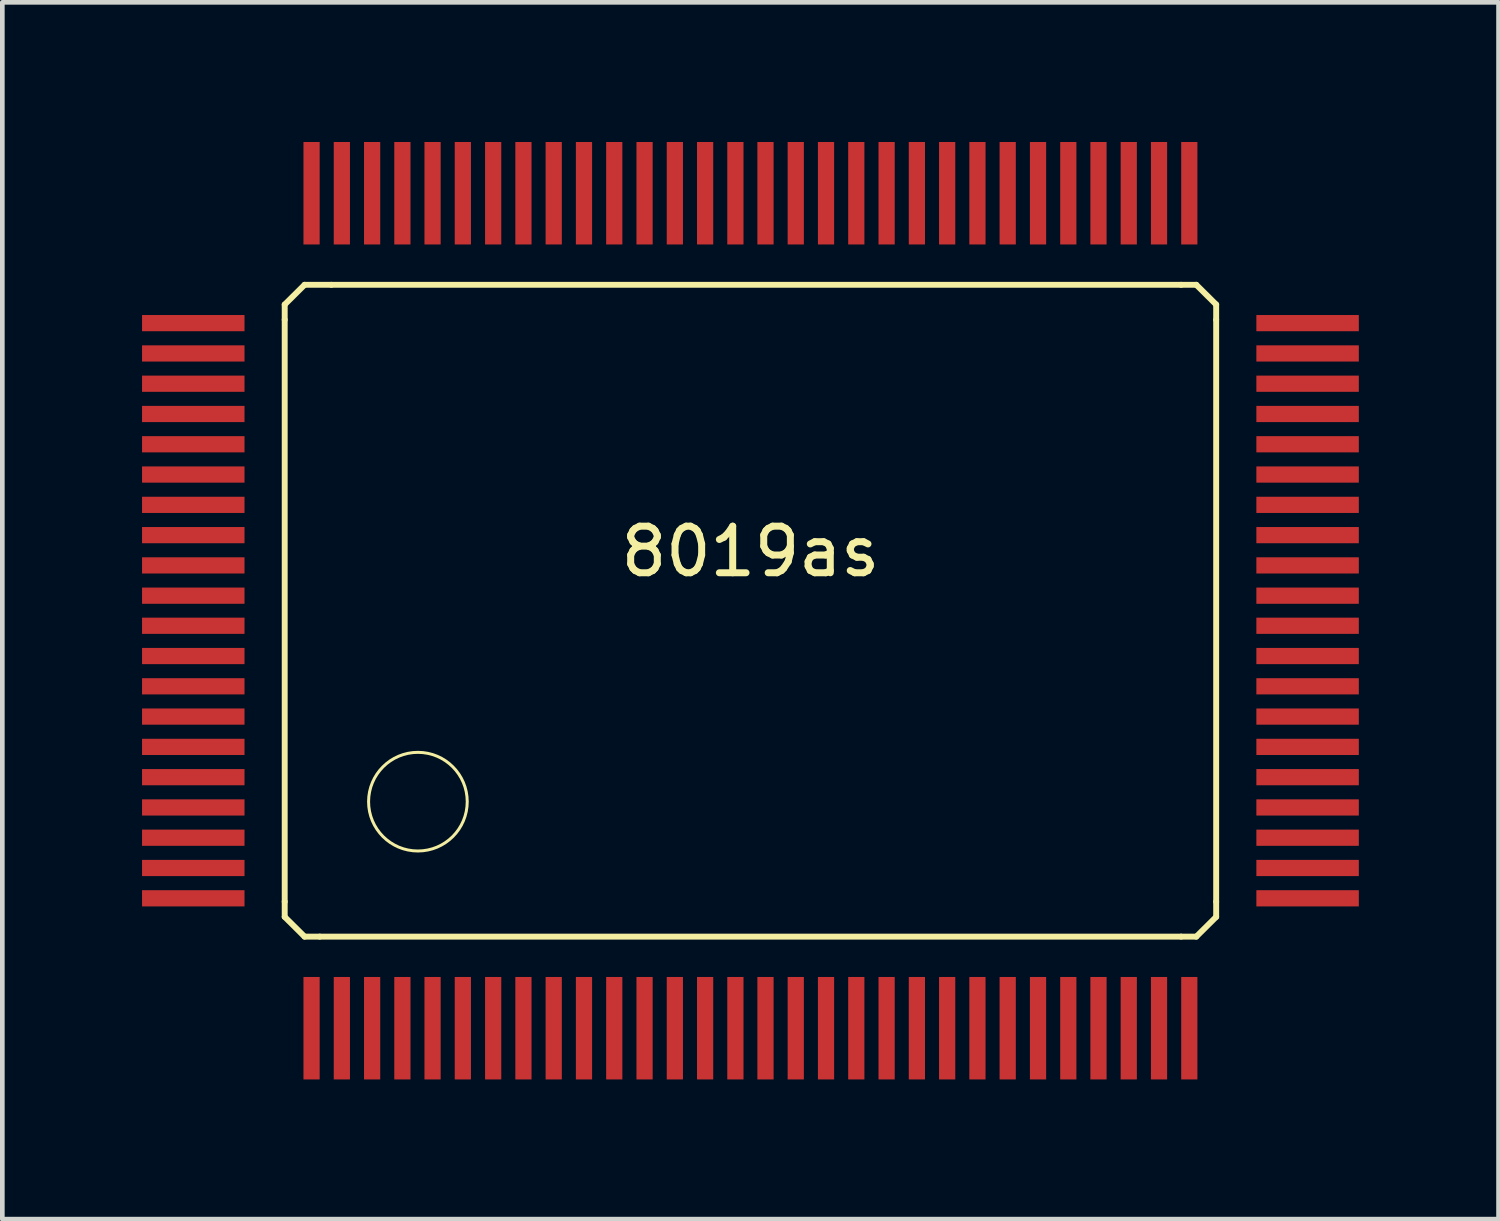
<source format=kicad_pcb>
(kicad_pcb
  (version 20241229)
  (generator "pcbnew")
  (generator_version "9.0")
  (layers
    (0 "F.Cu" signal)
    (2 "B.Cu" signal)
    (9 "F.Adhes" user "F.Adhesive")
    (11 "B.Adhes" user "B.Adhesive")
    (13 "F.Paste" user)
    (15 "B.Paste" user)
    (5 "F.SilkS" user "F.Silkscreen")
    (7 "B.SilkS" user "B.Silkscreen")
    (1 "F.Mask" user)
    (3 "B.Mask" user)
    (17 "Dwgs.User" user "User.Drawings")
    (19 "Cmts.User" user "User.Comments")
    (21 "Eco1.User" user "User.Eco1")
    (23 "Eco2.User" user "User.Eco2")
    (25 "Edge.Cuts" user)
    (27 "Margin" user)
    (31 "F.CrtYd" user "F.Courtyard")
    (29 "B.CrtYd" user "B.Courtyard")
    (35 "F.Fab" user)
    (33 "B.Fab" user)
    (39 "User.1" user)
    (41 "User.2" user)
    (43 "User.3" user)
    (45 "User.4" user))
  (footprint "8019as"
    (layer "F.Cu")
    (at 13.063 10.063)
    (property "Reference" "8019as" (at 0 -1.27 0) (layer "F.SilkS") (effects (font (size 1 1) (thickness 0.15))))
    (attr through_hole)
    (fp_line (start -10 -6.574) (end -9.573 -6.998) (stroke (width 0.127) (type solid)) (layer "F.SilkS"))
    (fp_line (start -10 -6.248) (end -10 -6.574) (stroke (width 0.127) (type solid)) (layer "F.SilkS"))
    (fp_line (start -10 -6.025) (end -10 -6.325) (stroke (width 0.066) (type solid)) (layer "F.SilkS"))
    (fp_line (start -10 -5.375) (end -10 -5.674) (stroke (width 0.066) (type solid)) (layer "F.SilkS"))
    (fp_line (start -10 -4.724) (end -10 -5.024) (stroke (width 0.066) (type solid)) (layer "F.SilkS"))
    (fp_line (start -10 -4.074) (end -10 -4.374) (stroke (width 0.066) (type solid)) (layer "F.SilkS"))
    (fp_line (start -10 -3.424) (end -10 -3.724) (stroke (width 0.066) (type solid)) (layer "F.SilkS"))
    (fp_line (start -10 -2.774) (end -10 -3.073) (stroke (width 0.066) (type solid)) (layer "F.SilkS"))
    (fp_line (start -10 -2.123) (end -10 -2.423) (stroke (width 0.066) (type solid)) (layer "F.SilkS"))
    (fp_line (start -10 -1.473) (end -10 -1.773) (stroke (width 0.066) (type solid)) (layer "F.SilkS"))
    (fp_line (start -10 -0.823) (end -10 -1.123) (stroke (width 0.066) (type solid)) (layer "F.SilkS"))
    (fp_line (start -10 -0.173) (end -10 -0.475) (stroke (width 0.066) (type solid)) (layer "F.SilkS"))
    (fp_line (start -10 0.475) (end -10 0.173) (stroke (width 0.066) (type solid)) (layer "F.SilkS"))
    (fp_line (start -10 1.123) (end -10 0.823) (stroke (width 0.066) (type solid)) (layer "F.SilkS"))
    (fp_line (start -10 1.773) (end -10 1.473) (stroke (width 0.066) (type solid)) (layer "F.SilkS"))
    (fp_line (start -10 2.423) (end -10 2.123) (stroke (width 0.066) (type solid)) (layer "F.SilkS"))
    (fp_line (start -10 3.073) (end -10 2.774) (stroke (width 0.066) (type solid)) (layer "F.SilkS"))
    (fp_line (start -10 3.724) (end -10 3.424) (stroke (width 0.066) (type solid)) (layer "F.SilkS"))
    (fp_line (start -10 4.374) (end -10 4.074) (stroke (width 0.066) (type solid)) (layer "F.SilkS"))
    (fp_line (start -10 5.024) (end -10 4.724) (stroke (width 0.066) (type solid)) (layer "F.SilkS"))
    (fp_line (start -10 5.674) (end -10 5.375) (stroke (width 0.066) (type solid)) (layer "F.SilkS"))
    (fp_line (start -10 6.248) (end -10 -6.248) (stroke (width 0.127) (type solid)) (layer "F.SilkS"))
    (fp_line (start -10 6.325) (end -10 6.025) (stroke (width 0.066) (type solid)) (layer "F.SilkS"))
    (fp_line (start -10 6.574) (end -10 6.248) (stroke (width 0.127) (type solid)) (layer "F.SilkS"))
    (fp_line (start -9.573 -6.998) (end -9.274 -6.998) (stroke (width 0.066) (type solid)) (layer "F.SilkS"))
    (fp_line (start -9.573 -6.998) (end -8.999 -6.998) (stroke (width 0.127) (type solid)) (layer "F.SilkS"))
    (fp_line (start -9.573 6.998) (end -10 6.574) (stroke (width 0.127) (type solid)) (layer "F.SilkS"))
    (fp_line (start -9.573 6.998) (end -9.274 6.998) (stroke (width 0.066) (type solid)) (layer "F.SilkS"))
    (fp_line (start -9.248 6.998) (end -9.573 6.998) (stroke (width 0.127) (type solid)) (layer "F.SilkS"))
    (fp_line (start -8.999 -6.998) (end 9.248 -6.998) (stroke (width 0.127) (type solid)) (layer "F.SilkS"))
    (fp_line (start -8.923 -6.998) (end -8.623 -6.998) (stroke (width 0.066) (type solid)) (layer "F.SilkS"))
    (fp_line (start -8.923 6.998) (end -8.623 6.998) (stroke (width 0.066) (type solid)) (layer "F.SilkS"))
    (fp_line (start -8.273 -6.998) (end -7.973 -6.998) (stroke (width 0.066) (type solid)) (layer "F.SilkS"))
    (fp_line (start -8.273 6.998) (end -7.973 6.998) (stroke (width 0.066) (type solid)) (layer "F.SilkS"))
    (fp_line (start -7.623 -6.998) (end -7.323 -6.998) (stroke (width 0.066) (type solid)) (layer "F.SilkS"))
    (fp_line (start -7.623 6.998) (end -7.323 6.998) (stroke (width 0.066) (type solid)) (layer "F.SilkS"))
    (fp_line (start -6.975 -6.998) (end -6.673 -6.998) (stroke (width 0.066) (type solid)) (layer "F.SilkS"))
    (fp_line (start -6.975 6.998) (end -6.673 6.998) (stroke (width 0.066) (type solid)) (layer "F.SilkS"))
    (fp_line (start -6.325 -6.998) (end -6.025 -6.998) (stroke (width 0.066) (type solid)) (layer "F.SilkS"))
    (fp_line (start -6.325 6.998) (end -6.025 6.998) (stroke (width 0.066) (type solid)) (layer "F.SilkS"))
    (fp_line (start -5.674 -6.998) (end -5.375 -6.998) (stroke (width 0.066) (type solid)) (layer "F.SilkS"))
    (fp_line (start -5.674 6.998) (end -5.375 6.998) (stroke (width 0.066) (type solid)) (layer "F.SilkS"))
    (fp_line (start -5.024 -6.998) (end -4.724 -6.998) (stroke (width 0.066) (type solid)) (layer "F.SilkS"))
    (fp_line (start -5.024 6.998) (end -4.724 6.998) (stroke (width 0.066) (type solid)) (layer "F.SilkS"))
    (fp_line (start -4.374 -6.998) (end -4.074 -6.998) (stroke (width 0.066) (type solid)) (layer "F.SilkS"))
    (fp_line (start -4.374 6.998) (end -4.074 6.998) (stroke (width 0.066) (type solid)) (layer "F.SilkS"))
    (fp_line (start -3.724 -6.998) (end -3.424 -6.998) (stroke (width 0.066) (type solid)) (layer "F.SilkS"))
    (fp_line (start -3.724 6.998) (end -3.424 6.998) (stroke (width 0.066) (type solid)) (layer "F.SilkS"))
    (fp_line (start -3.073 -6.998) (end -2.774 -6.998) (stroke (width 0.066) (type solid)) (layer "F.SilkS"))
    (fp_line (start -3.073 6.998) (end -2.774 6.998) (stroke (width 0.066) (type solid)) (layer "F.SilkS"))
    (fp_line (start -2.423 -6.998) (end -2.123 -6.998) (stroke (width 0.066) (type solid)) (layer "F.SilkS"))
    (fp_line (start -2.423 6.998) (end -2.123 6.998) (stroke (width 0.066) (type solid)) (layer "F.SilkS"))
    (fp_line (start -1.773 -6.998) (end -1.473 -6.998) (stroke (width 0.066) (type solid)) (layer "F.SilkS"))
    (fp_line (start -1.773 6.998) (end -1.473 6.998) (stroke (width 0.066) (type solid)) (layer "F.SilkS"))
    (fp_line (start -1.123 -6.998) (end -0.823 -6.998) (stroke (width 0.066) (type solid)) (layer "F.SilkS"))
    (fp_line (start -1.123 6.998) (end -0.823 6.998) (stroke (width 0.066) (type solid)) (layer "F.SilkS"))
    (fp_line (start -0.475 -6.998) (end -0.173 -6.998) (stroke (width 0.066) (type solid)) (layer "F.SilkS"))
    (fp_line (start -0.475 6.998) (end -0.173 6.998) (stroke (width 0.066) (type solid)) (layer "F.SilkS"))
    (fp_line (start 0.173 -6.998) (end 0.475 -6.998) (stroke (width 0.066) (type solid)) (layer "F.SilkS"))
    (fp_line (start 0.173 6.998) (end 0.475 6.998) (stroke (width 0.066) (type solid)) (layer "F.SilkS"))
    (fp_line (start 0.823 -6.998) (end 1.123 -6.998) (stroke (width 0.066) (type solid)) (layer "F.SilkS"))
    (fp_line (start 0.823 6.998) (end 1.123 6.998) (stroke (width 0.066) (type solid)) (layer "F.SilkS"))
    (fp_line (start 1.473 -6.998) (end 1.773 -6.998) (stroke (width 0.066) (type solid)) (layer "F.SilkS"))
    (fp_line (start 1.473 6.998) (end 1.773 6.998) (stroke (width 0.066) (type solid)) (layer "F.SilkS"))
    (fp_line (start 2.123 -6.998) (end 2.423 -6.998) (stroke (width 0.066) (type solid)) (layer "F.SilkS"))
    (fp_line (start 2.123 6.998) (end 2.423 6.998) (stroke (width 0.066) (type solid)) (layer "F.SilkS"))
    (fp_line (start 2.774 -6.998) (end 3.073 -6.998) (stroke (width 0.066) (type solid)) (layer "F.SilkS"))
    (fp_line (start 2.774 6.998) (end 3.073 6.998) (stroke (width 0.066) (type solid)) (layer "F.SilkS"))
    (fp_line (start 3.424 -6.998) (end 3.724 -6.998) (stroke (width 0.066) (type solid)) (layer "F.SilkS"))
    (fp_line (start 3.424 6.998) (end 3.724 6.998) (stroke (width 0.066) (type solid)) (layer "F.SilkS"))
    (fp_line (start 4.074 -6.998) (end 4.374 -6.998) (stroke (width 0.066) (type solid)) (layer "F.SilkS"))
    (fp_line (start 4.074 6.998) (end 4.374 6.998) (stroke (width 0.066) (type solid)) (layer "F.SilkS"))
    (fp_line (start 4.724 -6.998) (end 5.024 -6.998) (stroke (width 0.066) (type solid)) (layer "F.SilkS"))
    (fp_line (start 4.724 6.998) (end 5.024 6.998) (stroke (width 0.066) (type solid)) (layer "F.SilkS"))
    (fp_line (start 5.375 -6.998) (end 5.674 -6.998) (stroke (width 0.066) (type solid)) (layer "F.SilkS"))
    (fp_line (start 5.375 6.998) (end 5.674 6.998) (stroke (width 0.066) (type solid)) (layer "F.SilkS"))
    (fp_line (start 6.025 -6.998) (end 6.325 -6.998) (stroke (width 0.066) (type solid)) (layer "F.SilkS"))
    (fp_line (start 6.025 6.998) (end 6.325 6.998) (stroke (width 0.066) (type solid)) (layer "F.SilkS"))
    (fp_line (start 6.673 -6.998) (end 6.975 -6.998) (stroke (width 0.066) (type solid)) (layer "F.SilkS"))
    (fp_line (start 6.673 6.998) (end 6.975 6.998) (stroke (width 0.066) (type solid)) (layer "F.SilkS"))
    (fp_line (start 7.323 -6.998) (end 7.623 -6.998) (stroke (width 0.066) (type solid)) (layer "F.SilkS"))
    (fp_line (start 7.323 6.998) (end 7.623 6.998) (stroke (width 0.066) (type solid)) (layer "F.SilkS"))
    (fp_line (start 7.973 -6.998) (end 8.273 -6.998) (stroke (width 0.066) (type solid)) (layer "F.SilkS"))
    (fp_line (start 7.973 6.998) (end 8.273 6.998) (stroke (width 0.066) (type solid)) (layer "F.SilkS"))
    (fp_line (start 8.623 -6.998) (end 8.923 -6.998) (stroke (width 0.066) (type solid)) (layer "F.SilkS"))
    (fp_line (start 8.623 6.998) (end 8.923 6.998) (stroke (width 0.066) (type solid)) (layer "F.SilkS"))
    (fp_line (start 9.248 -6.998) (end 9.573 -6.998) (stroke (width 0.127) (type solid)) (layer "F.SilkS"))
    (fp_line (start 9.248 6.998) (end -9.248 6.998) (stroke (width 0.127) (type solid)) (layer "F.SilkS"))
    (fp_line (start 9.274 -6.998) (end 9.573 -6.998) (stroke (width 0.066) (type solid)) (layer "F.SilkS"))
    (fp_line (start 9.274 6.998) (end 9.573 6.998) (stroke (width 0.066) (type solid)) (layer "F.SilkS"))
    (fp_line (start 9.573 -6.998) (end 10 -6.574) (stroke (width 0.127) (type solid)) (layer "F.SilkS"))
    (fp_line (start 9.573 6.998) (end 9.248 6.998) (stroke (width 0.127) (type solid)) (layer "F.SilkS"))
    (fp_line (start 10 -6.574) (end 10 -6.248) (stroke (width 0.127) (type solid)) (layer "F.SilkS"))
    (fp_line (start 10 -6.248) (end 10 6.248) (stroke (width 0.127) (type solid)) (layer "F.SilkS"))
    (fp_line (start 10 -6.025) (end 10 -6.325) (stroke (width 0.066) (type solid)) (layer "F.SilkS"))
    (fp_line (start 10 -5.375) (end 10 -5.674) (stroke (width 0.066) (type solid)) (layer "F.SilkS"))
    (fp_line (start 10 -4.724) (end 10 -5.024) (stroke (width 0.066) (type solid)) (layer "F.SilkS"))
    (fp_line (start 10 -4.074) (end 10 -4.374) (stroke (width 0.066) (type solid)) (layer "F.SilkS"))
    (fp_line (start 10 -3.424) (end 10 -3.724) (stroke (width 0.066) (type solid)) (layer "F.SilkS"))
    (fp_line (start 10 -2.774) (end 10 -3.073) (stroke (width 0.066) (type solid)) (layer "F.SilkS"))
    (fp_line (start 10 -2.123) (end 10 -2.423) (stroke (width 0.066) (type solid)) (layer "F.SilkS"))
    (fp_line (start 10 -1.473) (end 10 -1.773) (stroke (width 0.066) (type solid)) (layer "F.SilkS"))
    (fp_line (start 10 -0.823) (end 10 -1.123) (stroke (width 0.066) (type solid)) (layer "F.SilkS"))
    (fp_line (start 10 -0.173) (end 10 -0.475) (stroke (width 0.066) (type solid)) (layer "F.SilkS"))
    (fp_line (start 10 0.475) (end 10 0.173) (stroke (width 0.066) (type solid)) (layer "F.SilkS"))
    (fp_line (start 10 1.123) (end 10 0.823) (stroke (width 0.066) (type solid)) (layer "F.SilkS"))
    (fp_line (start 10 1.773) (end 10 1.473) (stroke (width 0.066) (type solid)) (layer "F.SilkS"))
    (fp_line (start 10 2.423) (end 10 2.123) (stroke (width 0.066) (type solid)) (layer "F.SilkS"))
    (fp_line (start 10 3.073) (end 10 2.774) (stroke (width 0.066) (type solid)) (layer "F.SilkS"))
    (fp_line (start 10 3.724) (end 10 3.424) (stroke (width 0.066) (type solid)) (layer "F.SilkS"))
    (fp_line (start 10 4.374) (end 10 4.074) (stroke (width 0.066) (type solid)) (layer "F.SilkS"))
    (fp_line (start 10 5.024) (end 10 4.724) (stroke (width 0.066) (type solid)) (layer "F.SilkS"))
    (fp_line (start 10 5.674) (end 10 5.375) (stroke (width 0.066) (type solid)) (layer "F.SilkS"))
    (fp_line (start 10 6.248) (end 10 6.574) (stroke (width 0.127) (type solid)) (layer "F.SilkS"))
    (fp_line (start 10 6.325) (end 10 6.025) (stroke (width 0.066) (type solid)) (layer "F.SilkS"))
    (fp_line (start 10 6.574) (end 9.573 6.998) (stroke (width 0.127) (type solid)) (layer "F.SilkS"))
    (fp_circle (center -7.14 4.1) (end -7.889 4.849) (stroke (width 0.064) (type solid)) (fill no) (layer "F.SilkS"))
    (pad "1" smd rect (at -9.423 8.964) (size 0.348 2.2) (layers "F.Cu" "F.Mask" "F.Paste"))
    (pad "2" smd rect (at -8.773 8.964) (size 0.348 2.2) (layers "F.Cu" "F.Mask" "F.Paste"))
    (pad "3" smd rect (at -8.123 8.964) (size 0.348 2.2) (layers "F.Cu" "F.Mask" "F.Paste"))
    (pad "4" smd rect (at -7.473 8.964) (size 0.348 2.2) (layers "F.Cu" "F.Mask" "F.Paste"))
    (pad "5" smd rect (at -6.825 8.964) (size 0.348 2.2) (layers "F.Cu" "F.Mask" "F.Paste"))
    (pad "6" smd rect (at -6.175 8.964) (size 0.348 2.2) (layers "F.Cu" "F.Mask" "F.Paste"))
    (pad "7" smd rect (at -5.524 8.964) (size 0.348 2.2) (layers "F.Cu" "F.Mask" "F.Paste"))
    (pad "8" smd rect (at -4.874 8.964) (size 0.348 2.2) (layers "F.Cu" "F.Mask" "F.Paste"))
    (pad "9" smd rect (at -4.224 8.964) (size 0.348 2.2) (layers "F.Cu" "F.Mask" "F.Paste"))
    (pad "10" smd rect (at -3.574 8.964) (size 0.348 2.2) (layers "F.Cu" "F.Mask" "F.Paste"))
    (pad "11" smd rect (at -2.924 8.964) (size 0.348 2.2) (layers "F.Cu" "F.Mask" "F.Paste"))
    (pad "12" smd rect (at -2.273 8.964) (size 0.348 2.2) (layers "F.Cu" "F.Mask" "F.Paste"))
    (pad "13" smd rect (at -1.623 8.964) (size 0.348 2.2) (layers "F.Cu" "F.Mask" "F.Paste"))
    (pad "14" smd rect (at -0.973 8.964) (size 0.348 2.2) (layers "F.Cu" "F.Mask" "F.Paste"))
    (pad "15" smd rect (at -0.323 8.964) (size 0.348 2.2) (layers "F.Cu" "F.Mask" "F.Paste"))
    (pad "16" smd rect (at 0.323 8.964) (size 0.348 2.2) (layers "F.Cu" "F.Mask" "F.Paste"))
    (pad "17" smd rect (at 0.973 8.964) (size 0.348 2.2) (layers "F.Cu" "F.Mask" "F.Paste"))
    (pad "18" smd rect (at 1.623 8.964) (size 0.348 2.2) (layers "F.Cu" "F.Mask" "F.Paste"))
    (pad "19" smd rect (at 2.273 8.964) (size 0.348 2.2) (layers "F.Cu" "F.Mask" "F.Paste"))
    (pad "20" smd rect (at 2.924 8.964) (size 0.348 2.2) (layers "F.Cu" "F.Mask" "F.Paste"))
    (pad "21" smd rect (at 3.574 8.964) (size 0.348 2.2) (layers "F.Cu" "F.Mask" "F.Paste"))
    (pad "22" smd rect (at 4.224 8.964) (size 0.348 2.2) (layers "F.Cu" "F.Mask" "F.Paste"))
    (pad "23" smd rect (at 4.874 8.964) (size 0.348 2.2) (layers "F.Cu" "F.Mask" "F.Paste"))
    (pad "24" smd rect (at 5.524 8.964) (size 0.348 2.2) (layers "F.Cu" "F.Mask" "F.Paste"))
    (pad "25" smd rect (at 6.175 8.964) (size 0.348 2.2) (layers "F.Cu" "F.Mask" "F.Paste"))
    (pad "26" smd rect (at 6.825 8.964) (size 0.348 2.2) (layers "F.Cu" "F.Mask" "F.Paste"))
    (pad "27" smd rect (at 7.473 8.964) (size 0.348 2.2) (layers "F.Cu" "F.Mask" "F.Paste"))
    (pad "28" smd rect (at 8.123 8.964) (size 0.348 2.2) (layers "F.Cu" "F.Mask" "F.Paste"))
    (pad "29" smd rect (at 8.773 8.964) (size 0.348 2.2) (layers "F.Cu" "F.Mask" "F.Paste"))
    (pad "30" smd rect (at 9.423 8.964) (size 0.348 2.2) (layers "F.Cu" "F.Mask" "F.Paste"))
    (pad "31" smd rect (at 11.963 6.175) (size 2.2 0.348) (layers "F.Cu" "F.Mask" "F.Paste"))
    (pad "32" smd rect (at 11.963 5.524) (size 2.2 0.348) (layers "F.Cu" "F.Mask" "F.Paste"))
    (pad "33" smd rect (at 11.963 4.874) (size 2.2 0.348) (layers "F.Cu" "F.Mask" "F.Paste"))
    (pad "34" smd rect (at 11.963 4.224) (size 2.2 0.348) (layers "F.Cu" "F.Mask" "F.Paste"))
    (pad "35" smd rect (at 11.963 3.574) (size 2.2 0.348) (layers "F.Cu" "F.Mask" "F.Paste"))
    (pad "36" smd rect (at 11.963 2.924) (size 2.2 0.348) (layers "F.Cu" "F.Mask" "F.Paste"))
    (pad "37" smd rect (at 11.963 2.273) (size 2.2 0.348) (layers "F.Cu" "F.Mask" "F.Paste"))
    (pad "38" smd rect (at 11.963 1.623) (size 2.2 0.348) (layers "F.Cu" "F.Mask" "F.Paste"))
    (pad "39" smd rect (at 11.963 0.973) (size 2.2 0.348) (layers "F.Cu" "F.Mask" "F.Paste"))
    (pad "40" smd rect (at 11.963 0.323) (size 2.2 0.348) (layers "F.Cu" "F.Mask" "F.Paste"))
    (pad "41" smd rect (at 11.963 -0.323) (size 2.2 0.348) (layers "F.Cu" "F.Mask" "F.Paste"))
    (pad "42" smd rect (at 11.963 -0.973) (size 2.2 0.348) (layers "F.Cu" "F.Mask" "F.Paste"))
    (pad "43" smd rect (at 11.963 -1.623) (size 2.2 0.348) (layers "F.Cu" "F.Mask" "F.Paste"))
    (pad "44" smd rect (at 11.963 -2.273) (size 2.2 0.348) (layers "F.Cu" "F.Mask" "F.Paste"))
    (pad "45" smd rect (at 11.963 -2.924) (size 2.2 0.348) (layers "F.Cu" "F.Mask" "F.Paste"))
    (pad "46" smd rect (at 11.963 -3.574) (size 2.2 0.348) (layers "F.Cu" "F.Mask" "F.Paste"))
    (pad "47" smd rect (at 11.963 -4.224) (size 2.2 0.348) (layers "F.Cu" "F.Mask" "F.Paste"))
    (pad "48" smd rect (at 11.963 -4.874) (size 2.2 0.348) (layers "F.Cu" "F.Mask" "F.Paste"))
    (pad "49" smd rect (at 11.963 -5.524) (size 2.2 0.348) (layers "F.Cu" "F.Mask" "F.Paste"))
    (pad "50" smd rect (at 11.963 -6.175) (size 2.2 0.348) (layers "F.Cu" "F.Mask" "F.Paste"))
    (pad "51" smd rect (at 9.423 -8.964) (size 0.348 2.2) (layers "F.Cu" "F.Mask" "F.Paste"))
    (pad "52" smd rect (at 8.773 -8.964) (size 0.348 2.2) (layers "F.Cu" "F.Mask" "F.Paste"))
    (pad "53" smd rect (at 8.123 -8.964) (size 0.348 2.2) (layers "F.Cu" "F.Mask" "F.Paste"))
    (pad "54" smd rect (at 7.473 -8.964) (size 0.348 2.2) (layers "F.Cu" "F.Mask" "F.Paste"))
    (pad "55" smd rect (at 6.825 -8.964) (size 0.348 2.2) (layers "F.Cu" "F.Mask" "F.Paste"))
    (pad "56" smd rect (at 6.175 -8.964) (size 0.348 2.2) (layers "F.Cu" "F.Mask" "F.Paste"))
    (pad "57" smd rect (at 5.524 -8.964) (size 0.348 2.2) (layers "F.Cu" "F.Mask" "F.Paste"))
    (pad "58" smd rect (at 4.874 -8.964) (size 0.348 2.2) (layers "F.Cu" "F.Mask" "F.Paste"))
    (pad "59" smd rect (at 4.224 -8.964) (size 0.348 2.2) (layers "F.Cu" "F.Mask" "F.Paste"))
    (pad "60" smd rect (at 3.574 -8.964) (size 0.348 2.2) (layers "F.Cu" "F.Mask" "F.Paste"))
    (pad "61" smd rect (at 2.924 -8.964) (size 0.348 2.2) (layers "F.Cu" "F.Mask" "F.Paste"))
    (pad "62" smd rect (at 2.273 -8.964) (size 0.348 2.2) (layers "F.Cu" "F.Mask" "F.Paste"))
    (pad "63" smd rect (at 1.623 -8.964) (size 0.348 2.2) (layers "F.Cu" "F.Mask" "F.Paste"))
    (pad "64" smd rect (at 0.973 -8.964) (size 0.348 2.2) (layers "F.Cu" "F.Mask" "F.Paste"))
    (pad "65" smd rect (at 0.323 -8.964) (size 0.348 2.2) (layers "F.Cu" "F.Mask" "F.Paste"))
    (pad "66" smd rect (at -0.323 -8.964) (size 0.348 2.2) (layers "F.Cu" "F.Mask" "F.Paste"))
    (pad "67" smd rect (at -0.973 -8.964) (size 0.348 2.2) (layers "F.Cu" "F.Mask" "F.Paste"))
    (pad "68" smd rect (at -1.623 -8.964) (size 0.348 2.2) (layers "F.Cu" "F.Mask" "F.Paste"))
    (pad "69" smd rect (at -2.273 -8.964) (size 0.348 2.2) (layers "F.Cu" "F.Mask" "F.Paste"))
    (pad "70" smd rect (at -2.924 -8.964) (size 0.348 2.2) (layers "F.Cu" "F.Mask" "F.Paste"))
    (pad "71" smd rect (at -3.574 -8.964) (size 0.348 2.2) (layers "F.Cu" "F.Mask" "F.Paste"))
    (pad "72" smd rect (at -4.224 -8.964) (size 0.348 2.2) (layers "F.Cu" "F.Mask" "F.Paste"))
    (pad "73" smd rect (at -4.874 -8.964) (size 0.348 2.2) (layers "F.Cu" "F.Mask" "F.Paste"))
    (pad "74" smd rect (at -5.524 -8.964) (size 0.348 2.2) (layers "F.Cu" "F.Mask" "F.Paste"))
    (pad "75" smd rect (at -6.175 -8.964) (size 0.348 2.2) (layers "F.Cu" "F.Mask" "F.Paste"))
    (pad "76" smd rect (at -6.825 -8.964) (size 0.348 2.2) (layers "F.Cu" "F.Mask" "F.Paste"))
    (pad "77" smd rect (at -7.473 -8.964) (size 0.348 2.2) (layers "F.Cu" "F.Mask" "F.Paste"))
    (pad "78" smd rect (at -8.123 -8.964) (size 0.348 2.2) (layers "F.Cu" "F.Mask" "F.Paste"))
    (pad "79" smd rect (at -8.773 -8.964) (size 0.348 2.2) (layers "F.Cu" "F.Mask" "F.Paste"))
    (pad "80" smd rect (at -9.423 -8.964) (size 0.348 2.2) (layers "F.Cu" "F.Mask" "F.Paste"))
    (pad "81" smd rect (at -11.963 -6.175) (size 2.2 0.348) (layers "F.Cu" "F.Mask" "F.Paste"))
    (pad "82" smd rect (at -11.963 -5.524) (size 2.2 0.348) (layers "F.Cu" "F.Mask" "F.Paste"))
    (pad "83" smd rect (at -11.963 -4.874) (size 2.2 0.348) (layers "F.Cu" "F.Mask" "F.Paste"))
    (pad "84" smd rect (at -11.963 -4.224) (size 2.2 0.348) (layers "F.Cu" "F.Mask" "F.Paste"))
    (pad "85" smd rect (at -11.963 -3.574) (size 2.2 0.348) (layers "F.Cu" "F.Mask" "F.Paste"))
    (pad "86" smd rect (at -11.963 -2.924) (size 2.2 0.348) (layers "F.Cu" "F.Mask" "F.Paste"))
    (pad "87" smd rect (at -11.963 -2.273) (size 2.2 0.348) (layers "F.Cu" "F.Mask" "F.Paste"))
    (pad "88" smd rect (at -11.963 -1.623) (size 2.2 0.348) (layers "F.Cu" "F.Mask" "F.Paste"))
    (pad "89" smd rect (at -11.963 -0.973) (size 2.2 0.348) (layers "F.Cu" "F.Mask" "F.Paste"))
    (pad "90" smd rect (at -11.963 -0.323) (size 2.2 0.348) (layers "F.Cu" "F.Mask" "F.Paste"))
    (pad "91" smd rect (at -11.963 0.323) (size 2.2 0.348) (layers "F.Cu" "F.Mask" "F.Paste"))
    (pad "92" smd rect (at -11.963 0.973) (size 2.2 0.348) (layers "F.Cu" "F.Mask" "F.Paste"))
    (pad "93" smd rect (at -11.963 1.623) (size 2.2 0.348) (layers "F.Cu" "F.Mask" "F.Paste"))
    (pad "94" smd rect (at -11.963 2.273) (size 2.2 0.348) (layers "F.Cu" "F.Mask" "F.Paste"))
    (pad "95" smd rect (at -11.963 2.924) (size 2.2 0.348) (layers "F.Cu" "F.Mask" "F.Paste"))
    (pad "96" smd rect (at -11.963 3.574) (size 2.2 0.348) (layers "F.Cu" "F.Mask" "F.Paste"))
    (pad "97" smd rect (at -11.963 4.224) (size 2.2 0.348) (layers "F.Cu" "F.Mask" "F.Paste"))
    (pad "98" smd rect (at -11.963 4.874) (size 2.2 0.348) (layers "F.Cu" "F.Mask" "F.Paste"))
    (pad "99" smd rect (at -11.963 5.524) (size 2.2 0.348) (layers "F.Cu" "F.Mask" "F.Paste"))
    (pad "100" smd rect (at -11.963 6.175) (size 2.2 0.348) (layers "F.Cu" "F.Mask" "F.Paste")))
  (gr_rect
    (start -3 -3)
    (end 29.126 23.127)
    (stroke (width 0.1) (type default))
    (fill no)
    (layer "Edge.Cuts")))
</source>
